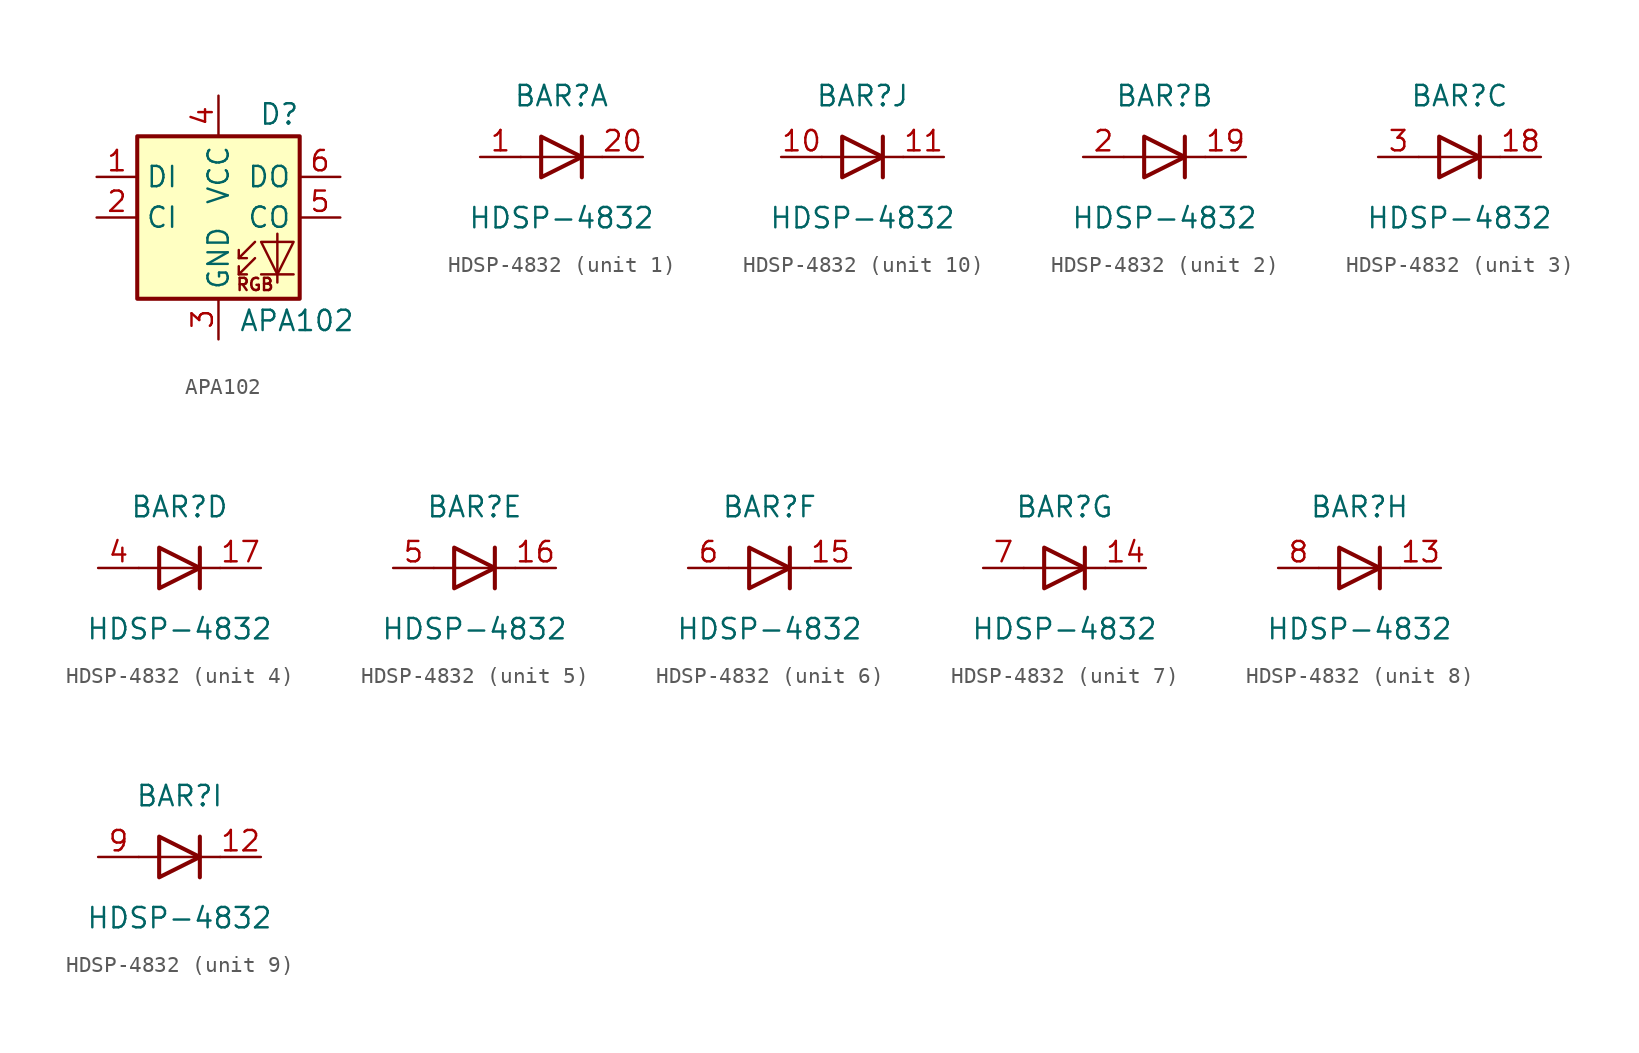
<source format=kicad_sym>
(kicad_symbol_lib
  (version 20231120)
  (generator "kicad_symbol_editor")
  (generator_version "8.0")
  (symbol "APA102"
    (property "Reference" "D"
      (at 5.08 5.715 0)
      (effects (font (size 1.27 1.27)) (justify right bottom)))
    (property "Value" "APA102"
      (at 1.27 -5.715 0)
      (effects (font (size 1.27 1.27)) (justify left top)))
    (symbol "APA102_0_0"
      (text "RGB" (at 2.286 -4.191 0) (effects (font (size 0.762 0.762)))))
    (symbol "APA102_0_1"
      (polyline (pts (xy 1.27 -3.556) (xy 1.778 -3.556)) (stroke (width 0) (type default)) (fill (type none)))
      (polyline (pts (xy 1.27 -2.54) (xy 1.778 -2.54)) (stroke (width 0) (type default)) (fill (type none)))
      (polyline (pts (xy 4.699 -3.556) (xy 2.667 -3.556)) (stroke (width 0) (type default)) (fill (type none)))
      (polyline (pts (xy 2.286 -2.54) (xy 1.27 -3.556) (xy 1.27 -3.048)) (stroke (width 0) (type default)) (fill (type none)))
      (polyline (pts (xy 2.286 -1.524) (xy 1.27 -2.54) (xy 1.27 -2.032)) (stroke (width 0) (type default)) (fill (type none)))
      (polyline (pts (xy 3.683 -1.016) (xy 3.683 -3.556) (xy 3.683 -4.064)) (stroke (width 0) (type default)) (fill (type none)))
      (polyline (pts (xy 4.699 -1.524) (xy 2.667 -1.524) (xy 3.683 -3.556) (xy 4.699 -1.524)) (stroke (width 0) (type default)) (fill (type none)))
      (rectangle (start 5.08 5.08) (end -5.08 -5.08) (stroke (width 0.254) (type default)) (fill (type background))))
    (symbol "APA102_1_1"
      (pin input line (at -7.62 2.54 0) (length 2.54) (name "DI" (effects (font (size 1.27 1.27)))) (number "1" (effects (font (size 1.27 1.27)))))
      (pin input line (at -7.62 0 0) (length 2.54) (name "CI" (effects (font (size 1.27 1.27)))) (number "2" (effects (font (size 1.27 1.27)))))
      (pin power_in line (at 0 -7.62 90) (length 2.54) (name "GND" (effects (font (size 1.27 1.27)))) (number "3" (effects (font (size 1.27 1.27)))))
      (pin power_in line (at 0 7.62 270) (length 2.54) (name "VCC" (effects (font (size 1.27 1.27)))) (number "4" (effects (font (size 1.27 1.27)))))
      (pin output line (at 7.62 0 180) (length 2.54) (name "CO" (effects (font (size 1.27 1.27)))) (number "5" (effects (font (size 1.27 1.27)))))
      (pin output line (at 7.62 2.54 180) (length 2.54) (name "DO" (effects (font (size 1.27 1.27)))) (number "6" (effects (font (size 1.27 1.27)))))))
  (symbol "HDSP-4832"
    (pin_names
      (offset 1.016) hide)
    (property "Reference" "BAR"
      (at 0 3.81 0)
      (effects (font (size 1.27 1.27))))
    (property "Value" "HDSP-4832"
      (at 0 -3.81 0)
      (effects (font (size 1.27 1.27))))
    (symbol "HDSP-4832_0_1"
      (polyline (pts (xy -2.54 0) (xy 2.54 0)) (stroke (width 0) (type default)) (fill (type none)))
      (polyline (pts (xy 1.27 -1.27) (xy 1.27 1.27)) (stroke (width 0.254) (type default)) (fill (type none)))
      (polyline (pts (xy -1.27 1.27) (xy -1.27 -1.27) (xy 1.27 0) (xy -1.27 1.27)) (stroke (width 0.254) (type default)) (fill (type none))))
    (symbol "HDSP-4832_1_1"
      (pin passive line (at -5.08 0 0) (length 2.54) (name "A" (effects (font (size 1.27 1.27)))) (number "1" (effects (font (size 1.27 1.27)))))
      (pin passive line (at 5.08 0 180) (length 2.54) (name "K" (effects (font (size 1.27 1.27)))) (number "20" (effects (font (size 1.27 1.27))))))
    (symbol "HDSP-4832_2_1"
      (pin passive line (at 5.08 0 180) (length 2.54) (name "K" (effects (font (size 1.27 1.27)))) (number "19" (effects (font (size 1.27 1.27)))))
      (pin passive line (at -5.08 0 0) (length 2.54) (name "A" (effects (font (size 1.27 1.27)))) (number "2" (effects (font (size 1.27 1.27))))))
    (symbol "HDSP-4832_3_1"
      (pin passive line (at 5.08 0 180) (length 2.54) (name "K" (effects (font (size 1.27 1.27)))) (number "18" (effects (font (size 1.27 1.27)))))
      (pin passive line (at -5.08 0 0) (length 2.54) (name "A" (effects (font (size 1.27 1.27)))) (number "3" (effects (font (size 1.27 1.27))))))
    (symbol "HDSP-4832_4_1"
      (pin passive line (at 5.08 0 180) (length 2.54) (name "K" (effects (font (size 1.27 1.27)))) (number "17" (effects (font (size 1.27 1.27)))))
      (pin passive line (at -5.08 0 0) (length 2.54) (name "A" (effects (font (size 1.27 1.27)))) (number "4" (effects (font (size 1.27 1.27))))))
    (symbol "HDSP-4832_5_1"
      (pin passive line (at 5.08 0 180) (length 2.54) (name "K" (effects (font (size 1.27 1.27)))) (number "16" (effects (font (size 1.27 1.27)))))
      (pin passive line (at -5.08 0 0) (length 2.54) (name "A" (effects (font (size 1.27 1.27)))) (number "5" (effects (font (size 1.27 1.27))))))
    (symbol "HDSP-4832_6_1"
      (pin passive line (at 5.08 0 180) (length 2.54) (name "K" (effects (font (size 1.27 1.27)))) (number "15" (effects (font (size 1.27 1.27)))))
      (pin passive line (at -5.08 0 0) (length 2.54) (name "A" (effects (font (size 1.27 1.27)))) (number "6" (effects (font (size 1.27 1.27))))))
    (symbol "HDSP-4832_7_1"
      (pin passive line (at 5.08 0 180) (length 2.54) (name "K" (effects (font (size 1.27 1.27)))) (number "14" (effects (font (size 1.27 1.27)))))
      (pin passive line (at -5.08 0 0) (length 2.54) (name "A" (effects (font (size 1.27 1.27)))) (number "7" (effects (font (size 1.27 1.27))))))
    (symbol "HDSP-4832_8_1"
      (pin passive line (at 5.08 0 180) (length 2.54) (name "K" (effects (font (size 1.27 1.27)))) (number "13" (effects (font (size 1.27 1.27)))))
      (pin passive line (at -5.08 0 0) (length 2.54) (name "A" (effects (font (size 1.27 1.27)))) (number "8" (effects (font (size 1.27 1.27))))))
    (symbol "HDSP-4832_9_1"
      (pin passive line (at 5.08 0 180) (length 2.54) (name "K" (effects (font (size 1.27 1.27)))) (number "12" (effects (font (size 1.27 1.27)))))
      (pin passive line (at -5.08 0 0) (length 2.54) (name "A" (effects (font (size 1.27 1.27)))) (number "9" (effects (font (size 1.27 1.27))))))
    (symbol "HDSP-4832_10_1"
      (pin passive line (at -5.08 0 0) (length 2.54) (name "A" (effects (font (size 1.27 1.27)))) (number "10" (effects (font (size 1.27 1.27)))))
      (pin passive line (at 5.08 0 180) (length 2.54) (name "K" (effects (font (size 1.27 1.27)))) (number "11" (effects (font (size 1.27 1.27))))))))
</source>
